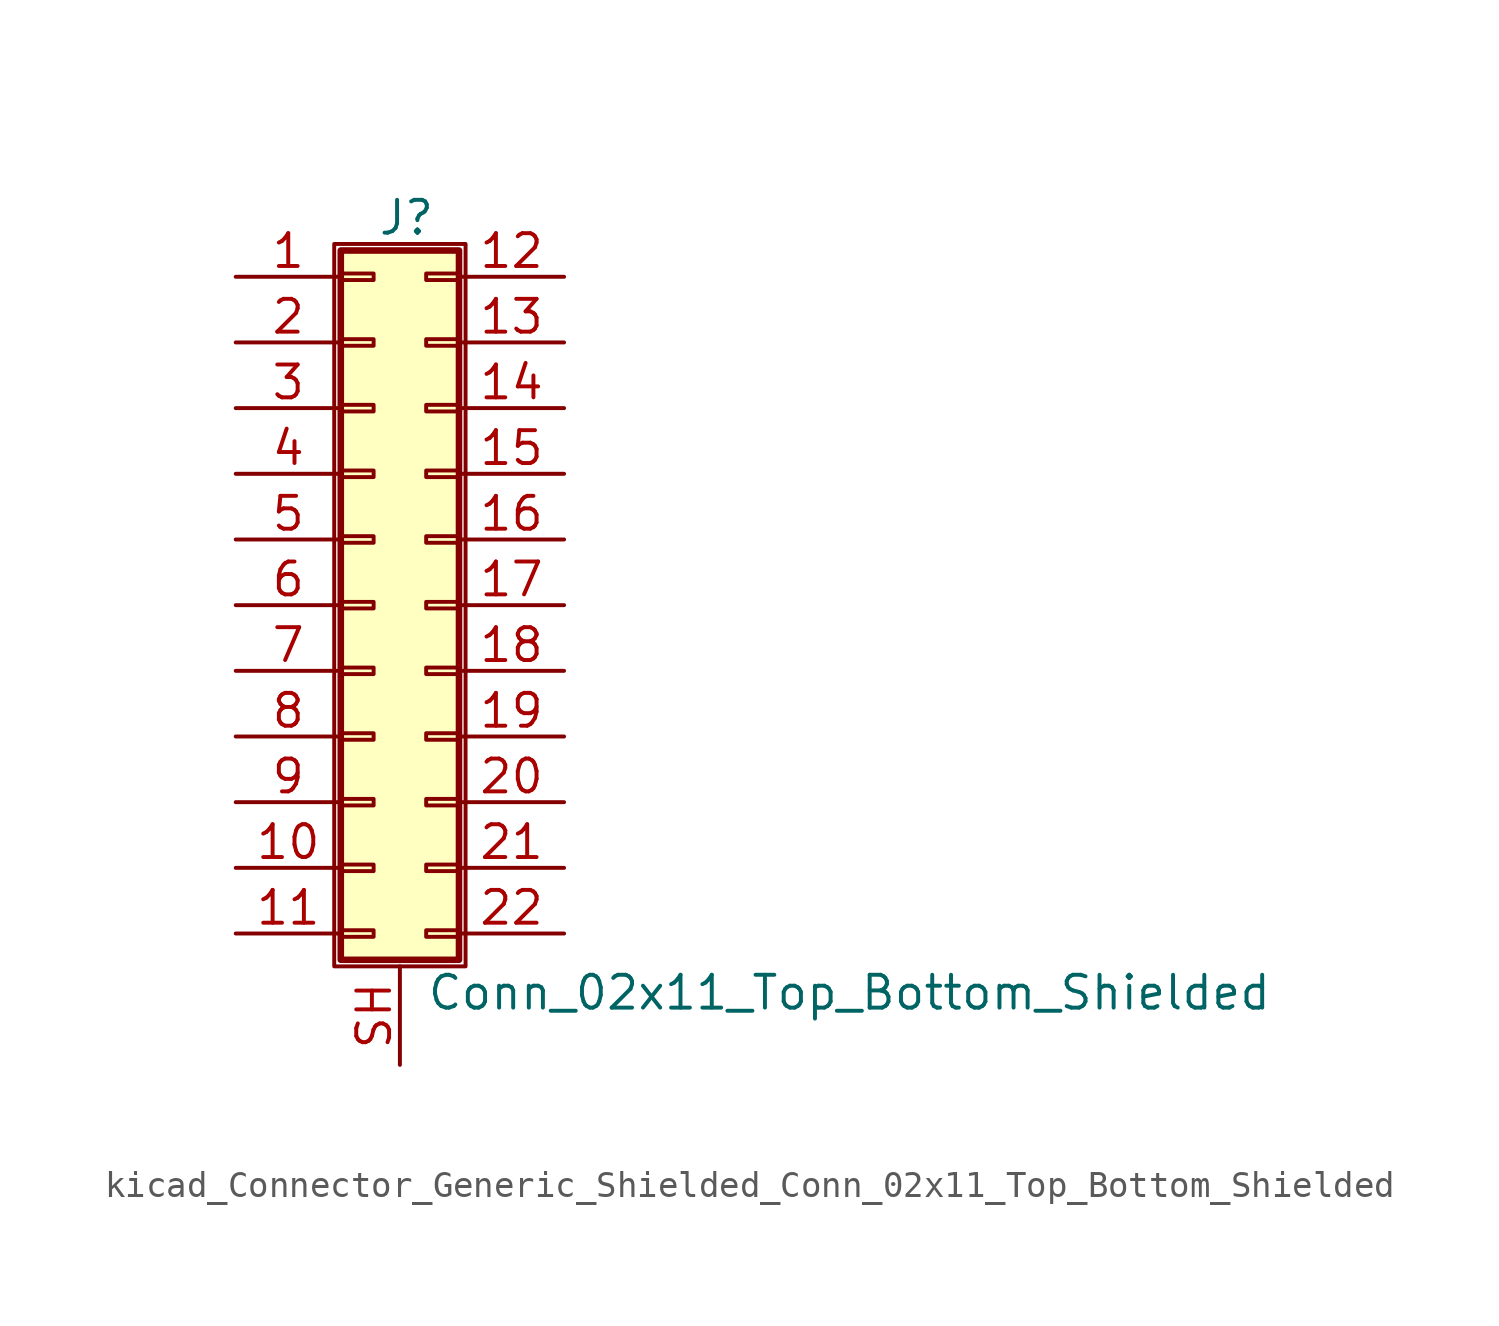
<source format=kicad_sym>
(kicad_symbol_lib
  (version 20220914)
  (generator kicad_symbol_editor)
  (symbol "kicad_Connector_Generic_Shielded_Conn_02x11_Top_Bottom_Shielded"
    (pin_names
      (offset 1.016) hide)
    (property "Reference" "J"
      (at 1.524 14.986 0)
      (effects (font (size 1.27 1.27))))
    (property "Value" "Conn_02x11_Top_Bottom_Shielded"
      (at 2.286 -14.986 0)
      (effects (font (size 1.27 1.27)) (justify left)))
    (symbol "kicad_Connector_Generic_Shielded_Conn_02x11_Top_Bottom_Shielded_1_1"
      (rectangle (start -1.27 13.97) (end 3.81 -13.97) (stroke (width 0.152) (type default)) (fill (type none)))
      (rectangle (start -1.016 -12.573) (end 0.254 -12.827) (stroke (width 0.152) (type default)) (fill (type none)))
      (rectangle (start -1.016 -10.033) (end 0.254 -10.287) (stroke (width 0.152) (type default)) (fill (type none)))
      (rectangle (start -1.016 -7.493) (end 0.254 -7.747) (stroke (width 0.152) (type default)) (fill (type none)))
      (rectangle (start -1.016 -4.953) (end 0.254 -5.207) (stroke (width 0.152) (type default)) (fill (type none)))
      (rectangle (start -1.016 -2.413) (end 0.254 -2.667) (stroke (width 0.152) (type default)) (fill (type none)))
      (rectangle (start -1.016 0.127) (end 0.254 -0.127) (stroke (width 0.152) (type default)) (fill (type none)))
      (rectangle (start -1.016 2.667) (end 0.254 2.413) (stroke (width 0.152) (type default)) (fill (type none)))
      (rectangle (start -1.016 5.207) (end 0.254 4.953) (stroke (width 0.152) (type default)) (fill (type none)))
      (rectangle (start -1.016 7.747) (end 0.254 7.493) (stroke (width 0.152) (type default)) (fill (type none)))
      (rectangle (start -1.016 10.287) (end 0.254 10.033) (stroke (width 0.152) (type default)) (fill (type none)))
      (rectangle (start -1.016 12.827) (end 0.254 12.573) (stroke (width 0.152) (type default)) (fill (type none)))
      (rectangle (start -1.016 13.716) (end 3.556 -13.716) (stroke (width 0.254) (type default)) (fill (type background)))
      (rectangle (start 3.556 -12.573) (end 2.286 -12.827) (stroke (width 0.152) (type default)) (fill (type none)))
      (rectangle (start 3.556 -10.033) (end 2.286 -10.287) (stroke (width 0.152) (type default)) (fill (type none)))
      (rectangle (start 3.556 -7.493) (end 2.286 -7.747) (stroke (width 0.152) (type default)) (fill (type none)))
      (rectangle (start 3.556 -4.953) (end 2.286 -5.207) (stroke (width 0.152) (type default)) (fill (type none)))
      (rectangle (start 3.556 -2.413) (end 2.286 -2.667) (stroke (width 0.152) (type default)) (fill (type none)))
      (rectangle (start 3.556 0.127) (end 2.286 -0.127) (stroke (width 0.152) (type default)) (fill (type none)))
      (rectangle (start 3.556 2.667) (end 2.286 2.413) (stroke (width 0.152) (type default)) (fill (type none)))
      (rectangle (start 3.556 5.207) (end 2.286 4.953) (stroke (width 0.152) (type default)) (fill (type none)))
      (rectangle (start 3.556 7.747) (end 2.286 7.493) (stroke (width 0.152) (type default)) (fill (type none)))
      (rectangle (start 3.556 10.287) (end 2.286 10.033) (stroke (width 0.152) (type default)) (fill (type none)))
      (rectangle (start 3.556 12.827) (end 2.286 12.573) (stroke (width 0.152) (type default)) (fill (type none)))
      (pin passive line (at -5.08 12.7 0) (length 4.064) (name "Pin_1" (effects (font (size 1.27 1.27)))) (number "1" (effects (font (size 1.27 1.27)))))
      (pin passive line (at -5.08 -10.16 0) (length 4.064) (name "Pin_10" (effects (font (size 1.27 1.27)))) (number "10" (effects (font (size 1.27 1.27)))))
      (pin passive line (at -5.08 -12.7 0) (length 4.064) (name "Pin_11" (effects (font (size 1.27 1.27)))) (number "11" (effects (font (size 1.27 1.27)))))
      (pin passive line (at 7.62 12.7 180) (length 4.064) (name "Pin_12" (effects (font (size 1.27 1.27)))) (number "12" (effects (font (size 1.27 1.27)))))
      (pin passive line (at 7.62 10.16 180) (length 4.064) (name "Pin_13" (effects (font (size 1.27 1.27)))) (number "13" (effects (font (size 1.27 1.27)))))
      (pin passive line (at 7.62 7.62 180) (length 4.064) (name "Pin_14" (effects (font (size 1.27 1.27)))) (number "14" (effects (font (size 1.27 1.27)))))
      (pin passive line (at 7.62 5.08 180) (length 4.064) (name "Pin_15" (effects (font (size 1.27 1.27)))) (number "15" (effects (font (size 1.27 1.27)))))
      (pin passive line (at 7.62 2.54 180) (length 4.064) (name "Pin_16" (effects (font (size 1.27 1.27)))) (number "16" (effects (font (size 1.27 1.27)))))
      (pin passive line (at 7.62 0 180) (length 4.064) (name "Pin_17" (effects (font (size 1.27 1.27)))) (number "17" (effects (font (size 1.27 1.27)))))
      (pin passive line (at 7.62 -2.54 180) (length 4.064) (name "Pin_18" (effects (font (size 1.27 1.27)))) (number "18" (effects (font (size 1.27 1.27)))))
      (pin passive line (at 7.62 -5.08 180) (length 4.064) (name "Pin_19" (effects (font (size 1.27 1.27)))) (number "19" (effects (font (size 1.27 1.27)))))
      (pin passive line (at -5.08 10.16 0) (length 4.064) (name "Pin_2" (effects (font (size 1.27 1.27)))) (number "2" (effects (font (size 1.27 1.27)))))
      (pin passive line (at 7.62 -7.62 180) (length 4.064) (name "Pin_20" (effects (font (size 1.27 1.27)))) (number "20" (effects (font (size 1.27 1.27)))))
      (pin passive line (at 7.62 -10.16 180) (length 4.064) (name "Pin_21" (effects (font (size 1.27 1.27)))) (number "21" (effects (font (size 1.27 1.27)))))
      (pin passive line (at 7.62 -12.7 180) (length 4.064) (name "Pin_22" (effects (font (size 1.27 1.27)))) (number "22" (effects (font (size 1.27 1.27)))))
      (pin passive line (at -5.08 7.62 0) (length 4.064) (name "Pin_3" (effects (font (size 1.27 1.27)))) (number "3" (effects (font (size 1.27 1.27)))))
      (pin passive line (at -5.08 5.08 0) (length 4.064) (name "Pin_4" (effects (font (size 1.27 1.27)))) (number "4" (effects (font (size 1.27 1.27)))))
      (pin passive line (at -5.08 2.54 0) (length 4.064) (name "Pin_5" (effects (font (size 1.27 1.27)))) (number "5" (effects (font (size 1.27 1.27)))))
      (pin passive line (at -5.08 0 0) (length 4.064) (name "Pin_6" (effects (font (size 1.27 1.27)))) (number "6" (effects (font (size 1.27 1.27)))))
      (pin passive line (at -5.08 -2.54 0) (length 4.064) (name "Pin_7" (effects (font (size 1.27 1.27)))) (number "7" (effects (font (size 1.27 1.27)))))
      (pin passive line (at -5.08 -5.08 0) (length 4.064) (name "Pin_8" (effects (font (size 1.27 1.27)))) (number "8" (effects (font (size 1.27 1.27)))))
      (pin passive line (at -5.08 -7.62 0) (length 4.064) (name "Pin_9" (effects (font (size 1.27 1.27)))) (number "9" (effects (font (size 1.27 1.27)))))
      (pin passive line (at 1.27 -17.78 90) (length 3.81) (name "Shield" (effects (font (size 1.27 1.27)))) (number "SH" (effects (font (size 1.27 1.27))))))))
</source>
